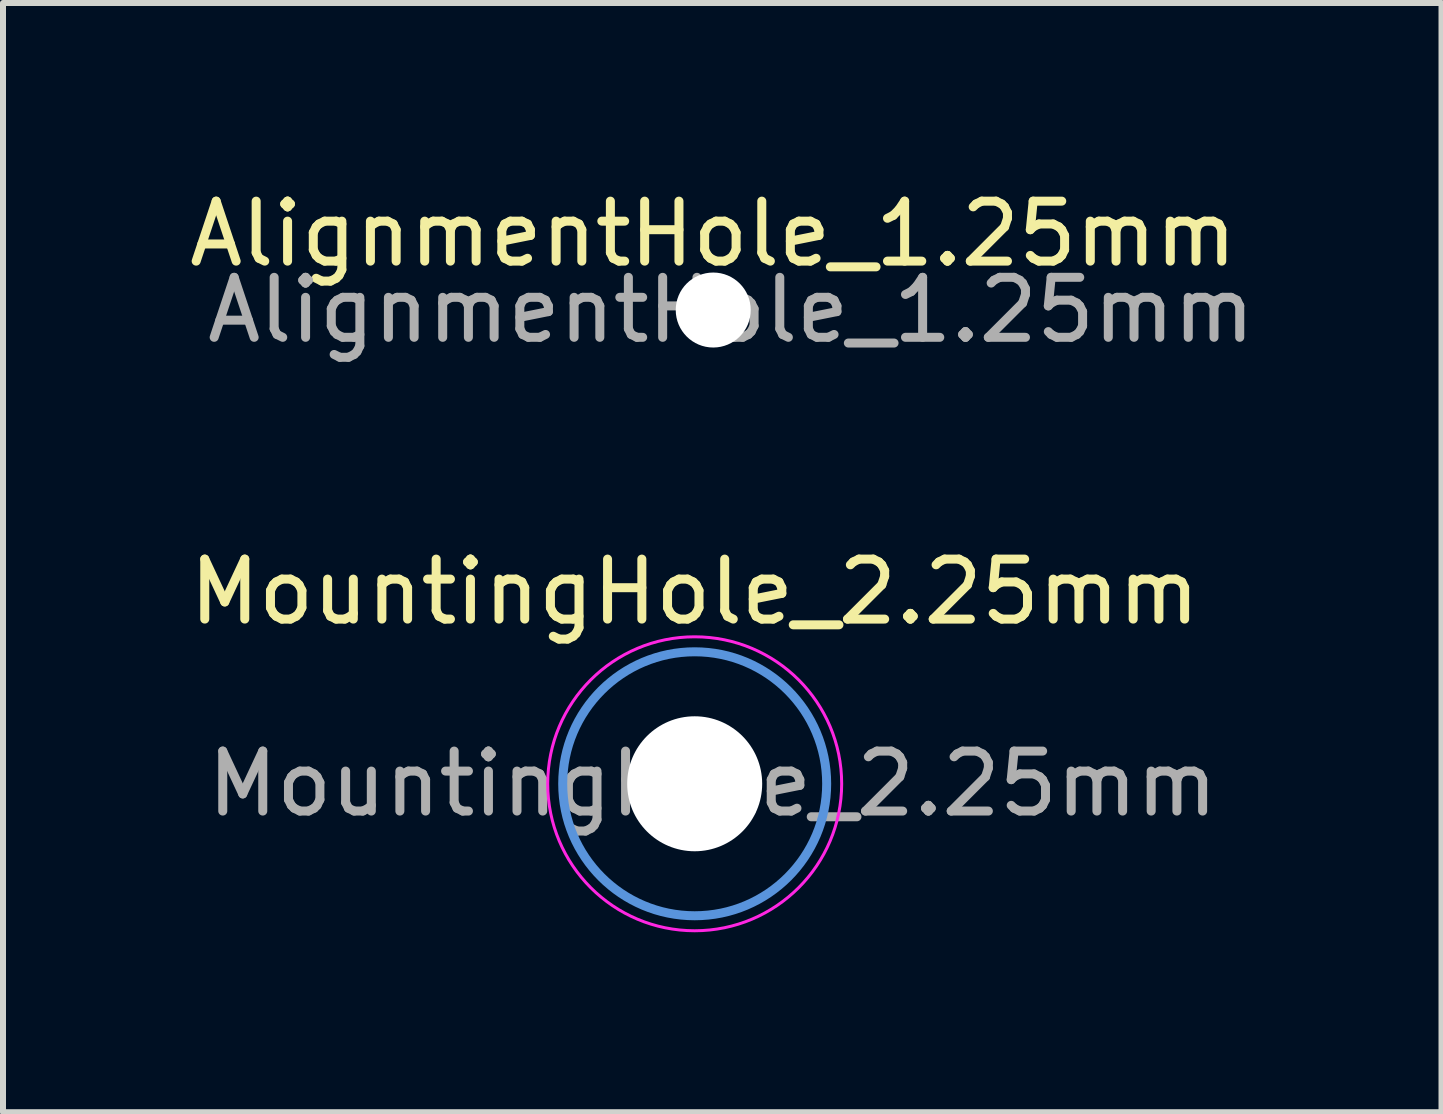
<source format=kicad_pcb>
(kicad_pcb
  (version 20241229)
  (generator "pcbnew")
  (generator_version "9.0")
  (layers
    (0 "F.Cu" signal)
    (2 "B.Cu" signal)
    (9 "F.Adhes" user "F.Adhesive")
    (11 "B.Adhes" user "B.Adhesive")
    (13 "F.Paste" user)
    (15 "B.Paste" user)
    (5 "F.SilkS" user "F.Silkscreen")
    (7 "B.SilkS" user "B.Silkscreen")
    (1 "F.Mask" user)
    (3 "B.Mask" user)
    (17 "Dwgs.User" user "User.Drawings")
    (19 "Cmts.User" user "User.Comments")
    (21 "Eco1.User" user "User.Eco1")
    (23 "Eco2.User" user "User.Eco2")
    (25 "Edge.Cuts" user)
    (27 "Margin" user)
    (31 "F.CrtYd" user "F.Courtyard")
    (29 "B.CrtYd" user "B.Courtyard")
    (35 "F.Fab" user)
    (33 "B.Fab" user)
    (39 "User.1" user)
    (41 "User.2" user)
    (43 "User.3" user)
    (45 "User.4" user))
  (footprint "MountingHole_2.25mm"
    (layer "F.Cu")
    (at 8.53 10.015)
    (property "Reference" "MountingHole_2.25mm" (at 0 -3.2 0) (layer "F.SilkS") (effects (font (size 1 1) (thickness 0.15))))
    (attr exclude_from_pos_files exclude_from_bom)
    (fp_circle (center 0 0) (end 2.2 0) (stroke (width 0.15) (type solid)) (fill no) (layer "Cmts.User"))
    (fp_circle (center 0 0) (end 2.45 0) (stroke (width 0.05) (type solid)) (fill no) (layer "F.CrtYd"))
    (fp_text user "${REFERENCE}" (at 0.3 0 0) (layer "F.Fab") (effects (font (size 1 1) (thickness 0.15))))
    (pad "" np_thru_hole circle (at 0 0 90) (size 2.25 2.25) (drill 2.25) (layers "*.Cu" "*.Mask")))
  (footprint "AlignmentHole_1.25mm"
    (layer "F.Cu")
    (at 8.839 2.118)
    (property "Reference" "AlignmentHole_1.25mm" (at 0 -1.27 0) (layer "F.SilkS") (effects (font (size 1 1) (thickness 0.15))))
    (attr exclude_from_pos_files exclude_from_bom)
    (fp_text user "${REFERENCE}" (at 0.3 0 0) (layer "F.Fab") (effects (font (size 1 1) (thickness 0.15))))
    (pad "" np_thru_hole circle (at 0 0 90) (size 1.25 1.25) (drill 1.25) (layers "*.Cu" "*.Mask")))
  (gr_rect
    (start -3 -3)
    (end 20.979 15.49)
    (stroke (width 0.1) (type default))
    (fill no)
    (layer "Edge.Cuts")))
</source>
